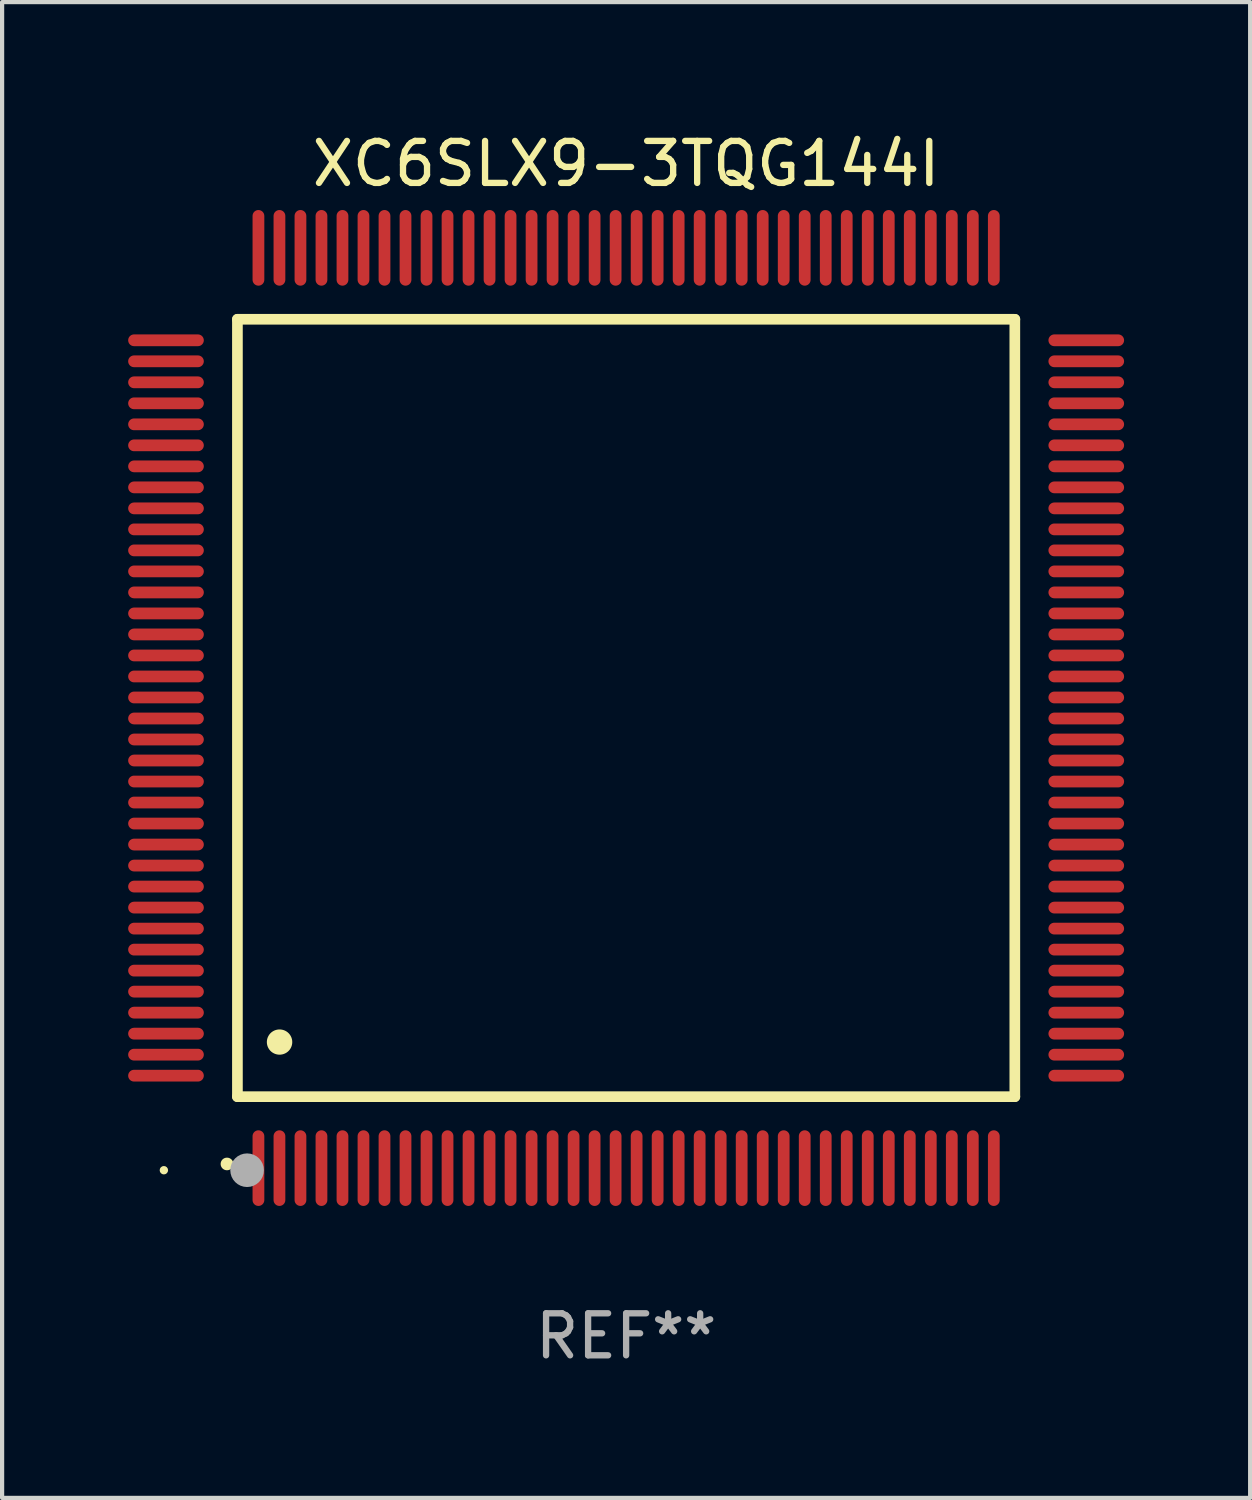
<source format=kicad_pcb>
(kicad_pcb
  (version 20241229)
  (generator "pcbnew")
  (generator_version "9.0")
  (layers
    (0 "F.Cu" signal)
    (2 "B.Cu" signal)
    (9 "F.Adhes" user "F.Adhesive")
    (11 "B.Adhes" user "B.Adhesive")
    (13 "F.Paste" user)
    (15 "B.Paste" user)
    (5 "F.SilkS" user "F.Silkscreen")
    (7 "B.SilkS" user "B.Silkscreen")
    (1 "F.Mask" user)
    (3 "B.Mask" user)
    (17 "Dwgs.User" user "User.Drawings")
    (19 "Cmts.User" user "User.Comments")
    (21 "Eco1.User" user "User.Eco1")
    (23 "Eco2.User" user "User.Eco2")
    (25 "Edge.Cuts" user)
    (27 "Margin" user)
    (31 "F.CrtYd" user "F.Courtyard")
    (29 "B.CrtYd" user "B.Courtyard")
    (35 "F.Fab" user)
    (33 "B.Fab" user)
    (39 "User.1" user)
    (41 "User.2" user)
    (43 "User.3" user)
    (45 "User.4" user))
  (footprint "XC6SLX9-3TQG144I"
    (layer "F.Cu")
    (at 11.85 13.798)
    (property "Reference" "XC6SLX9-3TQG144I" (at 0 -12.95 0) (layer "F.SilkS") (effects (font (size 1 1) (thickness 0.15))))
    (attr through_hole)
    (fp_line (start -9.25 -9.25) (end -9.25 9.25) (stroke (width 0.254) (type solid)) (layer "F.SilkS"))
    (fp_line (start -9.25 9.25) (end 9.25 9.25) (stroke (width 0.254) (type solid)) (layer "F.SilkS"))
    (fp_line (start 9.25 -9.25) (end -9.25 -9.25) (stroke (width 0.254) (type solid)) (layer "F.SilkS"))
    (fp_line (start 9.25 9.25) (end 9.25 -9.25) (stroke (width 0.254) (type solid)) (layer "F.SilkS"))
    (fp_arc (start -9.499619 10.850902) (mid -9.498349 10.850897) (end -9.497079 10.850902) (stroke (width 0.3) (type solid)) (layer "F.SilkS"))
    (fp_arc (start -8.249936 7.950216) (mid -8.247396 7.950205) (end -8.244856 7.950216) (stroke (width 0.6) (type solid)) (layer "F.SilkS"))
    (fp_circle (center -11 11) (end -10.95 11) (stroke (width 0.1) (type solid)) (fill no) (layer "F.SilkS"))
    (fp_circle (center -9.02 11) (end -8.82 11) (stroke (width 0.4) (type solid)) (fill no) (layer "F.Fab"))
    (fp_text user "REF**" (at 0 14.95 0) (layer "F.Fab") (effects (font (size 1 1) (thickness 0.15))))
    (pad "1" smd oval (at -8.75 10.95) (size 0.28 1.8) (layers "F.Cu" "F.Mask" "F.Paste"))
    (pad "2" smd oval (at -8.25 10.95) (size 0.28 1.8) (layers "F.Cu" "F.Mask" "F.Paste"))
    (pad "3" smd oval (at -7.75 10.95) (size 0.28 1.8) (layers "F.Cu" "F.Mask" "F.Paste"))
    (pad "4" smd oval (at -7.25 10.95) (size 0.28 1.8) (layers "F.Cu" "F.Mask" "F.Paste"))
    (pad "5" smd oval (at -6.75 10.95) (size 0.28 1.8) (layers "F.Cu" "F.Mask" "F.Paste"))
    (pad "6" smd oval (at -6.25 10.95) (size 0.28 1.8) (layers "F.Cu" "F.Mask" "F.Paste"))
    (pad "7" smd oval (at -5.75 10.95) (size 0.28 1.8) (layers "F.Cu" "F.Mask" "F.Paste"))
    (pad "8" smd oval (at -5.25 10.95) (size 0.28 1.8) (layers "F.Cu" "F.Mask" "F.Paste"))
    (pad "9" smd oval (at -4.75 10.95) (size 0.28 1.8) (layers "F.Cu" "F.Mask" "F.Paste"))
    (pad "10" smd oval (at -4.25 10.95) (size 0.28 1.8) (layers "F.Cu" "F.Mask" "F.Paste"))
    (pad "11" smd oval (at -3.75 10.95) (size 0.28 1.8) (layers "F.Cu" "F.Mask" "F.Paste"))
    (pad "12" smd oval (at -3.25 10.95) (size 0.28 1.8) (layers "F.Cu" "F.Mask" "F.Paste"))
    (pad "13" smd oval (at -2.75 10.95) (size 0.28 1.8) (layers "F.Cu" "F.Mask" "F.Paste"))
    (pad "14" smd oval (at -2.25 10.95) (size 0.28 1.8) (layers "F.Cu" "F.Mask" "F.Paste"))
    (pad "15" smd oval (at -1.75 10.95) (size 0.28 1.8) (layers "F.Cu" "F.Mask" "F.Paste"))
    (pad "16" smd oval (at -1.25 10.95) (size 0.28 1.8) (layers "F.Cu" "F.Mask" "F.Paste"))
    (pad "17" smd oval (at -0.75 10.95) (size 0.28 1.8) (layers "F.Cu" "F.Mask" "F.Paste"))
    (pad "18" smd oval (at -0.25 10.95) (size 0.28 1.8) (layers "F.Cu" "F.Mask" "F.Paste"))
    (pad "19" smd oval (at 0.25 10.95) (size 0.28 1.8) (layers "F.Cu" "F.Mask" "F.Paste"))
    (pad "20" smd oval (at 0.75 10.95) (size 0.28 1.8) (layers "F.Cu" "F.Mask" "F.Paste"))
    (pad "21" smd oval (at 1.25 10.95) (size 0.28 1.8) (layers "F.Cu" "F.Mask" "F.Paste"))
    (pad "22" smd oval (at 1.75 10.95) (size 0.28 1.8) (layers "F.Cu" "F.Mask" "F.Paste"))
    (pad "23" smd oval (at 2.25 10.95) (size 0.28 1.8) (layers "F.Cu" "F.Mask" "F.Paste"))
    (pad "24" smd oval (at 2.75 10.95) (size 0.28 1.8) (layers "F.Cu" "F.Mask" "F.Paste"))
    (pad "25" smd oval (at 3.25 10.95) (size 0.28 1.8) (layers "F.Cu" "F.Mask" "F.Paste"))
    (pad "26" smd oval (at 3.75 10.95) (size 0.28 1.8) (layers "F.Cu" "F.Mask" "F.Paste"))
    (pad "27" smd oval (at 4.25 10.95) (size 0.28 1.8) (layers "F.Cu" "F.Mask" "F.Paste"))
    (pad "28" smd oval (at 4.75 10.95) (size 0.28 1.8) (layers "F.Cu" "F.Mask" "F.Paste"))
    (pad "29" smd oval (at 5.25 10.95) (size 0.28 1.8) (layers "F.Cu" "F.Mask" "F.Paste"))
    (pad "30" smd oval (at 5.75 10.95) (size 0.28 1.8) (layers "F.Cu" "F.Mask" "F.Paste"))
    (pad "31" smd oval (at 6.25 10.95) (size 0.28 1.8) (layers "F.Cu" "F.Mask" "F.Paste"))
    (pad "32" smd oval (at 6.75 10.95) (size 0.28 1.8) (layers "F.Cu" "F.Mask" "F.Paste"))
    (pad "33" smd oval (at 7.25 10.95) (size 0.28 1.8) (layers "F.Cu" "F.Mask" "F.Paste"))
    (pad "34" smd oval (at 7.75 10.95) (size 0.28 1.8) (layers "F.Cu" "F.Mask" "F.Paste"))
    (pad "35" smd oval (at 8.25 10.95) (size 0.28 1.8) (layers "F.Cu" "F.Mask" "F.Paste"))
    (pad "36" smd oval (at 8.75 10.95) (size 0.28 1.8) (layers "F.Cu" "F.Mask" "F.Paste"))
    (pad "37" smd oval (at 10.95 8.75) (size 1.8 0.28) (layers "F.Cu" "F.Mask" "F.Paste"))
    (pad "38" smd oval (at 10.95 8.25) (size 1.8 0.28) (layers "F.Cu" "F.Mask" "F.Paste"))
    (pad "39" smd oval (at 10.95 7.75) (size 1.8 0.28) (layers "F.Cu" "F.Mask" "F.Paste"))
    (pad "40" smd oval (at 10.95 7.25) (size 1.8 0.28) (layers "F.Cu" "F.Mask" "F.Paste"))
    (pad "41" smd oval (at 10.95 6.75) (size 1.8 0.28) (layers "F.Cu" "F.Mask" "F.Paste"))
    (pad "42" smd oval (at 10.95 6.25) (size 1.8 0.28) (layers "F.Cu" "F.Mask" "F.Paste"))
    (pad "43" smd oval (at 10.95 5.75) (size 1.8 0.28) (layers "F.Cu" "F.Mask" "F.Paste"))
    (pad "44" smd oval (at 10.95 5.25) (size 1.8 0.28) (layers "F.Cu" "F.Mask" "F.Paste"))
    (pad "45" smd oval (at 10.95 4.75) (size 1.8 0.28) (layers "F.Cu" "F.Mask" "F.Paste"))
    (pad "46" smd oval (at 10.95 4.25) (size 1.8 0.28) (layers "F.Cu" "F.Mask" "F.Paste"))
    (pad "47" smd oval (at 10.95 3.75) (size 1.8 0.28) (layers "F.Cu" "F.Mask" "F.Paste"))
    (pad "48" smd oval (at 10.95 3.25) (size 1.8 0.28) (layers "F.Cu" "F.Mask" "F.Paste"))
    (pad "49" smd oval (at 10.95 2.75) (size 1.8 0.28) (layers "F.Cu" "F.Mask" "F.Paste"))
    (pad "50" smd oval (at 10.95 2.25) (size 1.8 0.28) (layers "F.Cu" "F.Mask" "F.Paste"))
    (pad "51" smd oval (at 10.95 1.75) (size 1.8 0.28) (layers "F.Cu" "F.Mask" "F.Paste"))
    (pad "52" smd oval (at 10.95 1.25) (size 1.8 0.28) (layers "F.Cu" "F.Mask" "F.Paste"))
    (pad "53" smd oval (at 10.95 0.75) (size 1.8 0.28) (layers "F.Cu" "F.Mask" "F.Paste"))
    (pad "54" smd oval (at 10.95 0.25) (size 1.8 0.28) (layers "F.Cu" "F.Mask" "F.Paste"))
    (pad "55" smd oval (at 10.95 -0.25) (size 1.8 0.28) (layers "F.Cu" "F.Mask" "F.Paste"))
    (pad "56" smd oval (at 10.95 -0.75) (size 1.8 0.28) (layers "F.Cu" "F.Mask" "F.Paste"))
    (pad "57" smd oval (at 10.95 -1.25) (size 1.8 0.28) (layers "F.Cu" "F.Mask" "F.Paste"))
    (pad "58" smd oval (at 10.95 -1.75) (size 1.8 0.28) (layers "F.Cu" "F.Mask" "F.Paste"))
    (pad "59" smd oval (at 10.95 -2.25) (size 1.8 0.28) (layers "F.Cu" "F.Mask" "F.Paste"))
    (pad "60" smd oval (at 10.95 -2.75) (size 1.8 0.28) (layers "F.Cu" "F.Mask" "F.Paste"))
    (pad "61" smd oval (at 10.95 -3.25) (size 1.8 0.28) (layers "F.Cu" "F.Mask" "F.Paste"))
    (pad "62" smd oval (at 10.95 -3.75) (size 1.8 0.28) (layers "F.Cu" "F.Mask" "F.Paste"))
    (pad "63" smd oval (at 10.95 -4.25) (size 1.8 0.28) (layers "F.Cu" "F.Mask" "F.Paste"))
    (pad "64" smd oval (at 10.95 -4.75) (size 1.8 0.28) (layers "F.Cu" "F.Mask" "F.Paste"))
    (pad "65" smd oval (at 10.95 -5.25) (size 1.8 0.28) (layers "F.Cu" "F.Mask" "F.Paste"))
    (pad "66" smd oval (at 10.95 -5.75) (size 1.8 0.28) (layers "F.Cu" "F.Mask" "F.Paste"))
    (pad "67" smd oval (at 10.95 -6.25) (size 1.8 0.28) (layers "F.Cu" "F.Mask" "F.Paste"))
    (pad "68" smd oval (at 10.95 -6.75) (size 1.8 0.28) (layers "F.Cu" "F.Mask" "F.Paste"))
    (pad "69" smd oval (at 10.95 -7.25) (size 1.8 0.28) (layers "F.Cu" "F.Mask" "F.Paste"))
    (pad "70" smd oval (at 10.95 -7.75) (size 1.8 0.28) (layers "F.Cu" "F.Mask" "F.Paste"))
    (pad "71" smd oval (at 10.95 -8.25) (size 1.8 0.28) (layers "F.Cu" "F.Mask" "F.Paste"))
    (pad "72" smd oval (at 10.95 -8.75) (size 1.8 0.28) (layers "F.Cu" "F.Mask" "F.Paste"))
    (pad "73" smd oval (at 8.75 -10.95) (size 0.28 1.8) (layers "F.Cu" "F.Mask" "F.Paste"))
    (pad "74" smd oval (at 8.25 -10.95) (size 0.28 1.8) (layers "F.Cu" "F.Mask" "F.Paste"))
    (pad "75" smd oval (at 7.75 -10.95) (size 0.28 1.8) (layers "F.Cu" "F.Mask" "F.Paste"))
    (pad "76" smd oval (at 7.25 -10.95) (size 0.28 1.8) (layers "F.Cu" "F.Mask" "F.Paste"))
    (pad "77" smd oval (at 6.75 -10.95) (size 0.28 1.8) (layers "F.Cu" "F.Mask" "F.Paste"))
    (pad "78" smd oval (at 6.25 -10.95) (size 0.28 1.8) (layers "F.Cu" "F.Mask" "F.Paste"))
    (pad "79" smd oval (at 5.75 -10.95) (size 0.28 1.8) (layers "F.Cu" "F.Mask" "F.Paste"))
    (pad "80" smd oval (at 5.25 -10.95) (size 0.28 1.8) (layers "F.Cu" "F.Mask" "F.Paste"))
    (pad "81" smd oval (at 4.75 -10.95) (size 0.28 1.8) (layers "F.Cu" "F.Mask" "F.Paste"))
    (pad "82" smd oval (at 4.25 -10.95) (size 0.28 1.8) (layers "F.Cu" "F.Mask" "F.Paste"))
    (pad "83" smd oval (at 3.75 -10.95) (size 0.28 1.8) (layers "F.Cu" "F.Mask" "F.Paste"))
    (pad "84" smd oval (at 3.25 -10.95) (size 0.28 1.8) (layers "F.Cu" "F.Mask" "F.Paste"))
    (pad "85" smd oval (at 2.75 -10.95) (size 0.28 1.8) (layers "F.Cu" "F.Mask" "F.Paste"))
    (pad "86" smd oval (at 2.25 -10.95) (size 0.28 1.8) (layers "F.Cu" "F.Mask" "F.Paste"))
    (pad "87" smd oval (at 1.75 -10.95) (size 0.28 1.8) (layers "F.Cu" "F.Mask" "F.Paste"))
    (pad "88" smd oval (at 1.25 -10.95) (size 0.28 1.8) (layers "F.Cu" "F.Mask" "F.Paste"))
    (pad "89" smd oval (at 0.75 -10.95) (size 0.28 1.8) (layers "F.Cu" "F.Mask" "F.Paste"))
    (pad "90" smd oval (at 0.25 -10.95) (size 0.28 1.8) (layers "F.Cu" "F.Mask" "F.Paste"))
    (pad "91" smd oval (at -0.25 -10.95) (size 0.28 1.8) (layers "F.Cu" "F.Mask" "F.Paste"))
    (pad "92" smd oval (at -0.75 -10.95) (size 0.28 1.8) (layers "F.Cu" "F.Mask" "F.Paste"))
    (pad "93" smd oval (at -1.25 -10.95) (size 0.28 1.8) (layers "F.Cu" "F.Mask" "F.Paste"))
    (pad "94" smd oval (at -1.75 -10.95) (size 0.28 1.8) (layers "F.Cu" "F.Mask" "F.Paste"))
    (pad "95" smd oval (at -2.25 -10.95) (size 0.28 1.8) (layers "F.Cu" "F.Mask" "F.Paste"))
    (pad "96" smd oval (at -2.75 -10.95) (size 0.28 1.8) (layers "F.Cu" "F.Mask" "F.Paste"))
    (pad "97" smd oval (at -3.25 -10.95) (size 0.28 1.8) (layers "F.Cu" "F.Mask" "F.Paste"))
    (pad "98" smd oval (at -3.75 -10.95) (size 0.28 1.8) (layers "F.Cu" "F.Mask" "F.Paste"))
    (pad "99" smd oval (at -4.25 -10.95) (size 0.28 1.8) (layers "F.Cu" "F.Mask" "F.Paste"))
    (pad "100" smd oval (at -4.75 -10.95) (size 0.28 1.8) (layers "F.Cu" "F.Mask" "F.Paste"))
    (pad "101" smd oval (at -5.25 -10.95) (size 0.28 1.8) (layers "F.Cu" "F.Mask" "F.Paste"))
    (pad "102" smd oval (at -5.75 -10.95) (size 0.28 1.8) (layers "F.Cu" "F.Mask" "F.Paste"))
    (pad "103" smd oval (at -6.25 -10.95) (size 0.28 1.8) (layers "F.Cu" "F.Mask" "F.Paste"))
    (pad "104" smd oval (at -6.75 -10.95) (size 0.28 1.8) (layers "F.Cu" "F.Mask" "F.Paste"))
    (pad "105" smd oval (at -7.25 -10.95) (size 0.28 1.8) (layers "F.Cu" "F.Mask" "F.Paste"))
    (pad "106" smd oval (at -7.75 -10.95) (size 0.28 1.8) (layers "F.Cu" "F.Mask" "F.Paste"))
    (pad "107" smd oval (at -8.25 -10.95) (size 0.28 1.8) (layers "F.Cu" "F.Mask" "F.Paste"))
    (pad "108" smd oval (at -8.75 -10.95) (size 0.28 1.8) (layers "F.Cu" "F.Mask" "F.Paste"))
    (pad "109" smd oval (at -10.95 -8.75) (size 1.8 0.28) (layers "F.Cu" "F.Mask" "F.Paste"))
    (pad "110" smd oval (at -10.95 -8.25) (size 1.8 0.28) (layers "F.Cu" "F.Mask" "F.Paste"))
    (pad "111" smd oval (at -10.95 -7.75) (size 1.8 0.28) (layers "F.Cu" "F.Mask" "F.Paste"))
    (pad "112" smd oval (at -10.95 -7.25) (size 1.8 0.28) (layers "F.Cu" "F.Mask" "F.Paste"))
    (pad "113" smd oval (at -10.95 -6.75) (size 1.8 0.28) (layers "F.Cu" "F.Mask" "F.Paste"))
    (pad "114" smd oval (at -10.95 -6.25) (size 1.8 0.28) (layers "F.Cu" "F.Mask" "F.Paste"))
    (pad "115" smd oval (at -10.95 -5.75) (size 1.8 0.28) (layers "F.Cu" "F.Mask" "F.Paste"))
    (pad "116" smd oval (at -10.95 -5.25) (size 1.8 0.28) (layers "F.Cu" "F.Mask" "F.Paste"))
    (pad "117" smd oval (at -10.95 -4.75) (size 1.8 0.28) (layers "F.Cu" "F.Mask" "F.Paste"))
    (pad "118" smd oval (at -10.95 -4.25) (size 1.8 0.28) (layers "F.Cu" "F.Mask" "F.Paste"))
    (pad "119" smd oval (at -10.95 -3.75) (size 1.8 0.28) (layers "F.Cu" "F.Mask" "F.Paste"))
    (pad "120" smd oval (at -10.95 -3.25) (size 1.8 0.28) (layers "F.Cu" "F.Mask" "F.Paste"))
    (pad "121" smd oval (at -10.95 -2.75) (size 1.8 0.28) (layers "F.Cu" "F.Mask" "F.Paste"))
    (pad "122" smd oval (at -10.95 -2.25) (size 1.8 0.28) (layers "F.Cu" "F.Mask" "F.Paste"))
    (pad "123" smd oval (at -10.95 -1.75) (size 1.8 0.28) (layers "F.Cu" "F.Mask" "F.Paste"))
    (pad "124" smd oval (at -10.95 -1.25) (size 1.8 0.28) (layers "F.Cu" "F.Mask" "F.Paste"))
    (pad "125" smd oval (at -10.95 -0.75) (size 1.8 0.28) (layers "F.Cu" "F.Mask" "F.Paste"))
    (pad "126" smd oval (at -10.95 -0.25) (size 1.8 0.28) (layers "F.Cu" "F.Mask" "F.Paste"))
    (pad "127" smd oval (at -10.95 0.25) (size 1.8 0.28) (layers "F.Cu" "F.Mask" "F.Paste"))
    (pad "128" smd oval (at -10.95 0.75) (size 1.8 0.28) (layers "F.Cu" "F.Mask" "F.Paste"))
    (pad "129" smd oval (at -10.95 1.25) (size 1.8 0.28) (layers "F.Cu" "F.Mask" "F.Paste"))
    (pad "130" smd oval (at -10.95 1.75) (size 1.8 0.28) (layers "F.Cu" "F.Mask" "F.Paste"))
    (pad "131" smd oval (at -10.95 2.25) (size 1.8 0.28) (layers "F.Cu" "F.Mask" "F.Paste"))
    (pad "132" smd oval (at -10.95 2.75) (size 1.8 0.28) (layers "F.Cu" "F.Mask" "F.Paste"))
    (pad "133" smd oval (at -10.95 3.25) (size 1.8 0.28) (layers "F.Cu" "F.Mask" "F.Paste"))
    (pad "134" smd oval (at -10.95 3.75) (size 1.8 0.28) (layers "F.Cu" "F.Mask" "F.Paste"))
    (pad "135" smd oval (at -10.95 4.25) (size 1.8 0.28) (layers "F.Cu" "F.Mask" "F.Paste"))
    (pad "136" smd oval (at -10.95 4.75) (size 1.8 0.28) (layers "F.Cu" "F.Mask" "F.Paste"))
    (pad "137" smd oval (at -10.95 5.25) (size 1.8 0.28) (layers "F.Cu" "F.Mask" "F.Paste"))
    (pad "138" smd oval (at -10.95 5.75) (size 1.8 0.28) (layers "F.Cu" "F.Mask" "F.Paste"))
    (pad "139" smd oval (at -10.95 6.25) (size 1.8 0.28) (layers "F.Cu" "F.Mask" "F.Paste"))
    (pad "140" smd oval (at -10.95 6.75) (size 1.8 0.28) (layers "F.Cu" "F.Mask" "F.Paste"))
    (pad "141" smd oval (at -10.95 7.25) (size 1.8 0.28) (layers "F.Cu" "F.Mask" "F.Paste"))
    (pad "142" smd oval (at -10.95 7.75) (size 1.8 0.28) (layers "F.Cu" "F.Mask" "F.Paste"))
    (pad "143" smd oval (at -10.95 8.25) (size 1.8 0.28) (layers "F.Cu" "F.Mask" "F.Paste"))
    (pad "144" smd oval (at -10.95 8.75) (size 1.8 0.28) (layers "F.Cu" "F.Mask" "F.Paste")))
  (gr_rect
    (start -3 -3)
    (end 26.7 32.596)
    (stroke (width 0.1) (type default))
    (fill no)
    (layer "Edge.Cuts")))
</source>
